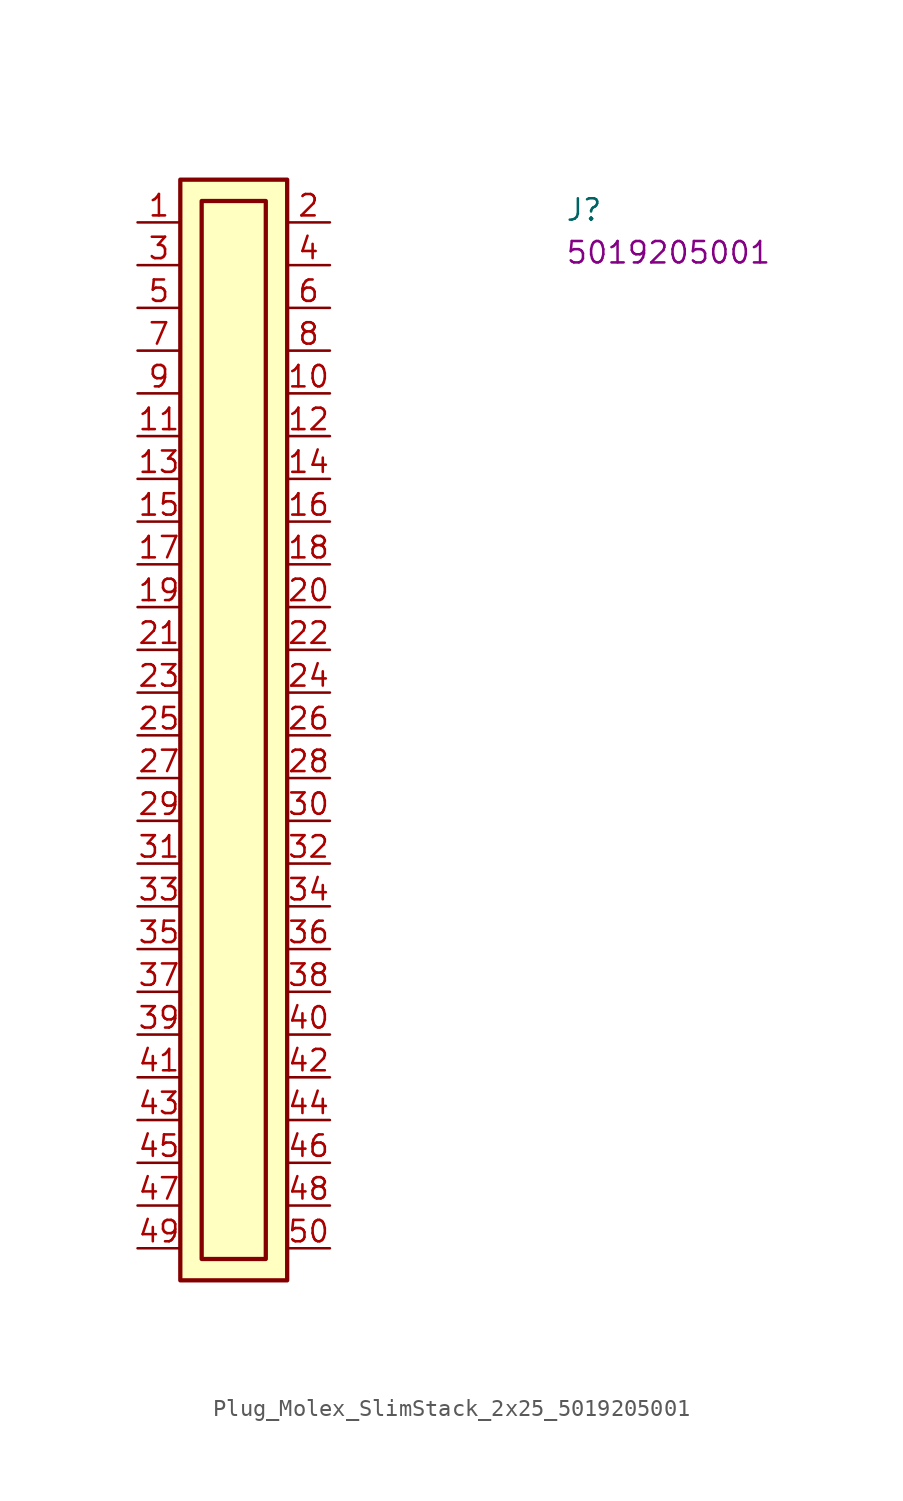
<source format=kicad_sym>
(kicad_symbol_lib
  (version 20220914)
  (generator kicad_symbol_editor)
  (symbol "Plug_Molex_SlimStack_2x25_5019205001"
    (property "Reference" "J"
      (at 25.4 0 0)
      (effects (font (size 1.27 1.27) (thickness 0.15)) (justify left bottom)))
    (property "MPN" "5019205001"
      (at 25.4 -2.54 0)
      (effects (font (size 1.27 1.27) (thickness 0.15)) (justify left bottom)))
    (symbol "Plug_Molex_SlimStack_2x25_5019205001_1_1"
      (rectangle (start 2.54 2.54) (end 8.89 -62.865) (stroke (width 0.254) (type default)) (fill (type background)))
      (rectangle (start 3.81 1.27) (end 7.62 -61.595) (stroke (width 0.254) (type default)) (fill (type background)))
      (pin passive line (at 0 0 0) (length 2.54) (name "~" (effects (font (size 1.27 1.27)))) (number "1" (effects (font (size 1.27 1.27)))))
      (pin passive line (at 11.43 -10.16 180) (length 2.54) (name "~" (effects (font (size 1.27 1.27)))) (number "10" (effects (font (size 1.27 1.27)))))
      (pin passive line (at 0 -12.7 0) (length 2.54) (name "~" (effects (font (size 1.27 1.27)))) (number "11" (effects (font (size 1.27 1.27)))))
      (pin passive line (at 11.43 -12.7 180) (length 2.54) (name "~" (effects (font (size 1.27 1.27)))) (number "12" (effects (font (size 1.27 1.27)))))
      (pin passive line (at 0 -15.24 0) (length 2.54) (name "~" (effects (font (size 1.27 1.27)))) (number "13" (effects (font (size 1.27 1.27)))))
      (pin passive line (at 11.43 -15.24 180) (length 2.54) (name "~" (effects (font (size 1.27 1.27)))) (number "14" (effects (font (size 1.27 1.27)))))
      (pin passive line (at 0 -17.78 0) (length 2.54) (name "~" (effects (font (size 1.27 1.27)))) (number "15" (effects (font (size 1.27 1.27)))))
      (pin passive line (at 11.43 -17.78 180) (length 2.54) (name "~" (effects (font (size 1.27 1.27)))) (number "16" (effects (font (size 1.27 1.27)))))
      (pin passive line (at 0 -20.32 0) (length 2.54) (name "~" (effects (font (size 1.27 1.27)))) (number "17" (effects (font (size 1.27 1.27)))))
      (pin passive line (at 11.43 -20.32 180) (length 2.54) (name "~" (effects (font (size 1.27 1.27)))) (number "18" (effects (font (size 1.27 1.27)))))
      (pin passive line (at 0 -22.86 0) (length 2.54) (name "~" (effects (font (size 1.27 1.27)))) (number "19" (effects (font (size 1.27 1.27)))))
      (pin passive line (at 11.43 0 180) (length 2.54) (name "~" (effects (font (size 1.27 1.27)))) (number "2" (effects (font (size 1.27 1.27)))))
      (pin passive line (at 11.43 -22.86 180) (length 2.54) (name "~" (effects (font (size 1.27 1.27)))) (number "20" (effects (font (size 1.27 1.27)))))
      (pin passive line (at 0 -25.4 0) (length 2.54) (name "~" (effects (font (size 1.27 1.27)))) (number "21" (effects (font (size 1.27 1.27)))))
      (pin passive line (at 11.43 -25.4 180) (length 2.54) (name "~" (effects (font (size 1.27 1.27)))) (number "22" (effects (font (size 1.27 1.27)))))
      (pin passive line (at 0 -27.94 0) (length 2.54) (name "~" (effects (font (size 1.27 1.27)))) (number "23" (effects (font (size 1.27 1.27)))))
      (pin passive line (at 11.43 -27.94 180) (length 2.54) (name "~" (effects (font (size 1.27 1.27)))) (number "24" (effects (font (size 1.27 1.27)))))
      (pin passive line (at 0 -30.48 0) (length 2.54) (name "~" (effects (font (size 1.27 1.27)))) (number "25" (effects (font (size 1.27 1.27)))))
      (pin passive line (at 11.43 -30.48 180) (length 2.54) (name "~" (effects (font (size 1.27 1.27)))) (number "26" (effects (font (size 1.27 1.27)))))
      (pin passive line (at 0 -33.02 0) (length 2.54) (name "~" (effects (font (size 1.27 1.27)))) (number "27" (effects (font (size 1.27 1.27)))))
      (pin passive line (at 11.43 -33.02 180) (length 2.54) (name "~" (effects (font (size 1.27 1.27)))) (number "28" (effects (font (size 1.27 1.27)))))
      (pin passive line (at 0 -35.56 0) (length 2.54) (name "~" (effects (font (size 1.27 1.27)))) (number "29" (effects (font (size 1.27 1.27)))))
      (pin passive line (at 0 -2.54 0) (length 2.54) (name "~" (effects (font (size 1.27 1.27)))) (number "3" (effects (font (size 1.27 1.27)))))
      (pin passive line (at 11.43 -35.56 180) (length 2.54) (name "~" (effects (font (size 1.27 1.27)))) (number "30" (effects (font (size 1.27 1.27)))))
      (pin passive line (at 0 -38.1 0) (length 2.54) (name "~" (effects (font (size 1.27 1.27)))) (number "31" (effects (font (size 1.27 1.27)))))
      (pin passive line (at 11.43 -38.1 180) (length 2.54) (name "~" (effects (font (size 1.27 1.27)))) (number "32" (effects (font (size 1.27 1.27)))))
      (pin passive line (at 0 -40.64 0) (length 2.54) (name "~" (effects (font (size 1.27 1.27)))) (number "33" (effects (font (size 1.27 1.27)))))
      (pin passive line (at 11.43 -40.64 180) (length 2.54) (name "~" (effects (font (size 1.27 1.27)))) (number "34" (effects (font (size 1.27 1.27)))))
      (pin passive line (at 0 -43.18 0) (length 2.54) (name "~" (effects (font (size 1.27 1.27)))) (number "35" (effects (font (size 1.27 1.27)))))
      (pin passive line (at 11.43 -43.18 180) (length 2.54) (name "~" (effects (font (size 1.27 1.27)))) (number "36" (effects (font (size 1.27 1.27)))))
      (pin passive line (at 0 -45.72 0) (length 2.54) (name "~" (effects (font (size 1.27 1.27)))) (number "37" (effects (font (size 1.27 1.27)))))
      (pin passive line (at 11.43 -45.72 180) (length 2.54) (name "~" (effects (font (size 1.27 1.27)))) (number "38" (effects (font (size 1.27 1.27)))))
      (pin passive line (at 0 -48.26 0) (length 2.54) (name "~" (effects (font (size 1.27 1.27)))) (number "39" (effects (font (size 1.27 1.27)))))
      (pin passive line (at 11.43 -2.54 180) (length 2.54) (name "~" (effects (font (size 1.27 1.27)))) (number "4" (effects (font (size 1.27 1.27)))))
      (pin passive line (at 11.43 -48.26 180) (length 2.54) (name "~" (effects (font (size 1.27 1.27)))) (number "40" (effects (font (size 1.27 1.27)))))
      (pin passive line (at 0 -50.8 0) (length 2.54) (name "~" (effects (font (size 1.27 1.27)))) (number "41" (effects (font (size 1.27 1.27)))))
      (pin passive line (at 11.43 -50.8 180) (length 2.54) (name "~" (effects (font (size 1.27 1.27)))) (number "42" (effects (font (size 1.27 1.27)))))
      (pin passive line (at 0 -53.34 0) (length 2.54) (name "~" (effects (font (size 1.27 1.27)))) (number "43" (effects (font (size 1.27 1.27)))))
      (pin passive line (at 11.43 -53.34 180) (length 2.54) (name "~" (effects (font (size 1.27 1.27)))) (number "44" (effects (font (size 1.27 1.27)))))
      (pin passive line (at 0 -55.88 0) (length 2.54) (name "~" (effects (font (size 1.27 1.27)))) (number "45" (effects (font (size 1.27 1.27)))))
      (pin passive line (at 11.43 -55.88 180) (length 2.54) (name "~" (effects (font (size 1.27 1.27)))) (number "46" (effects (font (size 1.27 1.27)))))
      (pin passive line (at 0 -58.42 0) (length 2.54) (name "~" (effects (font (size 1.27 1.27)))) (number "47" (effects (font (size 1.27 1.27)))))
      (pin passive line (at 11.43 -58.42 180) (length 2.54) (name "~" (effects (font (size 1.27 1.27)))) (number "48" (effects (font (size 1.27 1.27)))))
      (pin passive line (at 0 -60.96 0) (length 2.54) (name "~" (effects (font (size 1.27 1.27)))) (number "49" (effects (font (size 1.27 1.27)))))
      (pin passive line (at 0 -5.08 0) (length 2.54) (name "~" (effects (font (size 1.27 1.27)))) (number "5" (effects (font (size 1.27 1.27)))))
      (pin passive line (at 11.43 -60.96 180) (length 2.54) (name "~" (effects (font (size 1.27 1.27)))) (number "50" (effects (font (size 1.27 1.27)))))
      (pin passive line (at 11.43 -5.08 180) (length 2.54) (name "~" (effects (font (size 1.27 1.27)))) (number "6" (effects (font (size 1.27 1.27)))))
      (pin passive line (at 0 -7.62 0) (length 2.54) (name "~" (effects (font (size 1.27 1.27)))) (number "7" (effects (font (size 1.27 1.27)))))
      (pin passive line (at 11.43 -7.62 180) (length 2.54) (name "~" (effects (font (size 1.27 1.27)))) (number "8" (effects (font (size 1.27 1.27)))))
      (pin passive line (at 0 -10.16 0) (length 2.54) (name "~" (effects (font (size 1.27 1.27)))) (number "9" (effects (font (size 1.27 1.27))))))))
</source>
